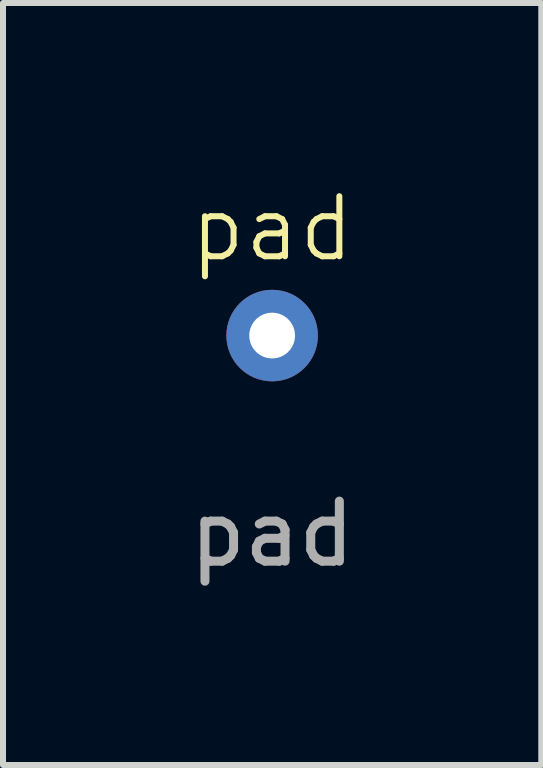
<source format=kicad_pcb>
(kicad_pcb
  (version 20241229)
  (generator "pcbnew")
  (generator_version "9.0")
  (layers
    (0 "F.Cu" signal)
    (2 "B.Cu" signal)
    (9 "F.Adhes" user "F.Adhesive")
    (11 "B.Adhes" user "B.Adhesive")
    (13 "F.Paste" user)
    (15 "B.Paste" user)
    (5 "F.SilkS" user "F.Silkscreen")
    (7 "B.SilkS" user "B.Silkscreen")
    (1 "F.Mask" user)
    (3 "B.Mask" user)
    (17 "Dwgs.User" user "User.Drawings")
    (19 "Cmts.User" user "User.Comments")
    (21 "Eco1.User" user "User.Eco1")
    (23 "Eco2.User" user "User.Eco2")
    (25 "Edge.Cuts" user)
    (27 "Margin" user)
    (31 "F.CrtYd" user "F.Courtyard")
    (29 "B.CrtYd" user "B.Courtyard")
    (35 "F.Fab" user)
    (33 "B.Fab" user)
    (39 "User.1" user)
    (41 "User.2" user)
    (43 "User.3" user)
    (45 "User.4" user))
  (footprint "pad"
    (layer "F.Cu")
    (at 1.482 2.538)
    (property "Reference" "pad" (at 0 -1.778 0) (unlocked yes) (layer "F.SilkS") (effects (font (size 1 1) (thickness 0.1))))
    (attr through_hole)
    (fp_text user "${REFERENCE}" (at 0 3.302 0) (unlocked yes) (layer "F.Fab") (effects (font (size 1 1) (thickness 0.15))))
    (pad "1" thru_hole circle (at 0 0) (size 1.524 1.524) (drill 0.762) (layers "*.Cu" "*.Mask")))
  (gr_rect
    (start -3 -3)
    (end 5.964 9.689)
    (stroke (width 0.1) (type default))
    (fill no)
    (layer "Edge.Cuts")))
</source>
